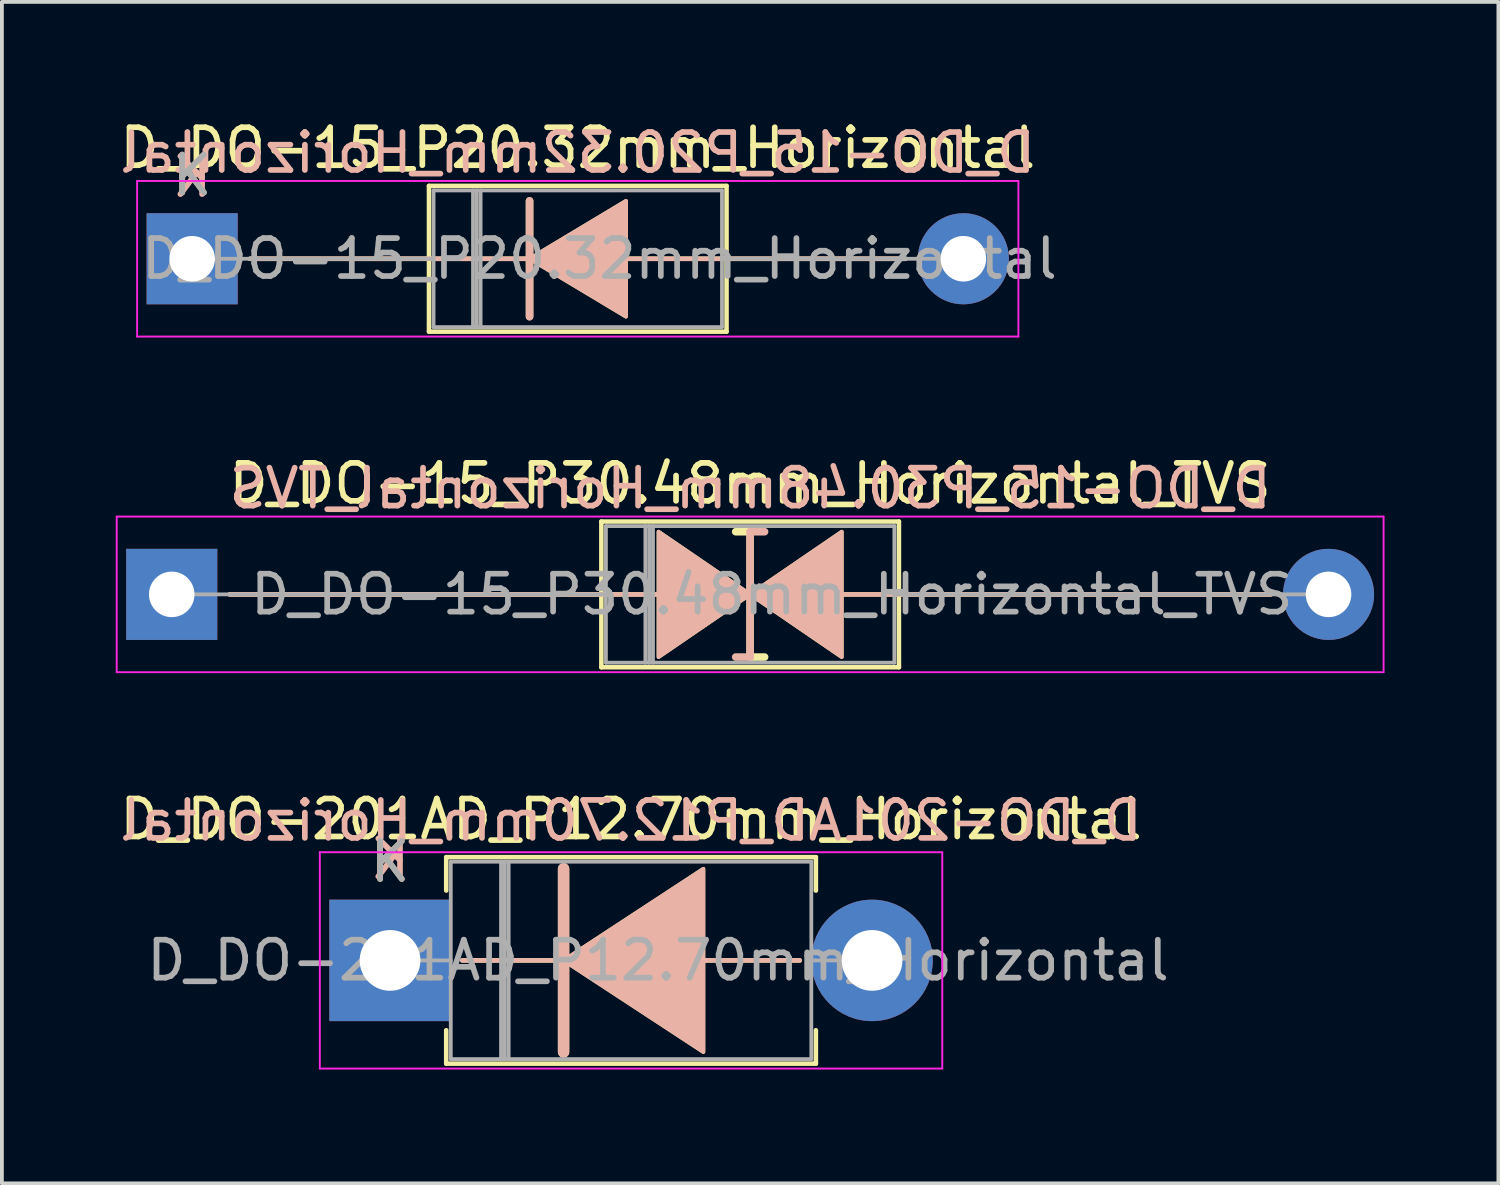
<source format=kicad_pcb>
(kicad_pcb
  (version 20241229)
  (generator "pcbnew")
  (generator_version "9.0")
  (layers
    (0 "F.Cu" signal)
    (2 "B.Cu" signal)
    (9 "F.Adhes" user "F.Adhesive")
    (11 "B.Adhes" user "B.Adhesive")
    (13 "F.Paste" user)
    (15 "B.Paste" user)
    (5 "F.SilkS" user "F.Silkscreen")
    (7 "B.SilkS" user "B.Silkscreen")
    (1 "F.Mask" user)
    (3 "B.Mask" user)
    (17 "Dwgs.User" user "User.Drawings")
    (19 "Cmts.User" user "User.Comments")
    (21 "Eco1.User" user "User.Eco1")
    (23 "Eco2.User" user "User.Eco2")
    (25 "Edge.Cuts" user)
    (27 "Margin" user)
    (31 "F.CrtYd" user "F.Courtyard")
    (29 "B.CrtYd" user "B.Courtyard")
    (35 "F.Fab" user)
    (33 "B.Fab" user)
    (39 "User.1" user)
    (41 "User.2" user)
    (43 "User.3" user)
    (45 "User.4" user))
  (footprint "D_DO-201AD_P12.70mm_Horizontal"
    (layer "F.Cu")
    (at 7.227 22.255)
    (property "Reference" "D_DO-201AD_P12.70mm_Horizontal" (at 6.35 -3.72 0) (layer "F.SilkS") (effects (font (size 1 1) (thickness 0.15))))
    (fp_line (start 1.48 -2.72) (end 11.22 -2.72) (stroke (width 0.12) (type solid)) (layer "F.SilkS"))
    (fp_line (start 1.48 -1.84) (end 1.48 -2.72) (stroke (width 0.12) (type solid)) (layer "F.SilkS"))
    (fp_line (start 1.48 1.84) (end 1.48 2.72) (stroke (width 0.12) (type solid)) (layer "F.SilkS"))
    (fp_line (start 1.48 2.72) (end 11.22 2.72) (stroke (width 0.12) (type solid)) (layer "F.SilkS"))
    (fp_line (start 4.445 0) (end 1.905 0) (stroke (width 0.12) (type solid)) (layer "F.SilkS"))
    (fp_line (start 4.572 -2.413) (end 4.572 2.413) (stroke (width 0.3) (type solid)) (layer "F.SilkS"))
    (fp_line (start 8.255 0) (end 10.795 0) (stroke (width 0.12) (type solid)) (layer "F.SilkS"))
    (fp_line (start 11.22 -2.72) (end 11.22 -1.84) (stroke (width 0.12) (type solid)) (layer "F.SilkS"))
    (fp_line (start 11.22 2.72) (end 11.22 1.84) (stroke (width 0.12) (type solid)) (layer "F.SilkS"))
    (fp_poly (pts (xy 8.255 2.413) (xy 4.572 0) (xy 8.255 -2.413)) (stroke (width 0.1) (type solid)) (fill yes) (layer "F.SilkS"))
    (fp_line (start 4.445 0) (end 1.905 0) (stroke (width 0.12) (type solid)) (layer "B.SilkS"))
    (fp_line (start 4.572 2.413) (end 4.572 -2.413) (stroke (width 0.3) (type solid)) (layer "B.SilkS"))
    (fp_line (start 8.255 0) (end 10.795 0) (stroke (width 0.12) (type solid)) (layer "B.SilkS"))
    (fp_poly (pts (xy 8.255 -2.413) (xy 4.572 0) (xy 8.255 2.413)) (stroke (width 0.1) (type solid)) (fill yes) (layer "B.SilkS"))
    (fp_line (start -1.85 -2.85) (end -1.85 2.85) (stroke (width 0.05) (type solid)) (layer "F.CrtYd"))
    (fp_line (start -1.85 2.85) (end 14.55 2.85) (stroke (width 0.05) (type solid)) (layer "F.CrtYd"))
    (fp_line (start 14.55 -2.85) (end -1.85 -2.85) (stroke (width 0.05) (type solid)) (layer "F.CrtYd"))
    (fp_line (start 14.55 2.85) (end 14.55 -2.85) (stroke (width 0.05) (type solid)) (layer "F.CrtYd"))
    (fp_line (start 0 0) (end 1.6 0) (stroke (width 0.1) (type solid)) (layer "F.Fab"))
    (fp_line (start 1.6 -2.6) (end 1.6 2.6) (stroke (width 0.1) (type solid)) (layer "F.Fab"))
    (fp_line (start 1.6 2.6) (end 11.1 2.6) (stroke (width 0.1) (type solid)) (layer "F.Fab"))
    (fp_line (start 2.925 -2.6) (end 2.925 2.6) (stroke (width 0.1) (type solid)) (layer "F.Fab"))
    (fp_line (start 3.025 -2.6) (end 3.025 2.6) (stroke (width 0.1) (type solid)) (layer "F.Fab"))
    (fp_line (start 3.125 -2.6) (end 3.125 2.6) (stroke (width 0.1) (type solid)) (layer "F.Fab"))
    (fp_line (start 11.1 -2.6) (end 1.6 -2.6) (stroke (width 0.1) (type solid)) (layer "F.Fab"))
    (fp_line (start 11.1 2.6) (end 11.1 -2.6) (stroke (width 0.1) (type solid)) (layer "F.Fab"))
    (fp_line (start 12.7 0) (end 11.1 0) (stroke (width 0.1) (type solid)) (layer "F.Fab"))
    (fp_text user "K" (at 0 -2.6 0) (layer "F.SilkS") (effects (font (size 1 1) (thickness 0.15))))
    (fp_text user "${REFERENCE}" (at 6.35 -3.683 0) (layer "B.SilkS") (effects (font (size 1 1) (thickness 0.15)) (justify mirror)))
    (fp_text user "K" (at 0 -2.667 0) (layer "B.SilkS") (effects (font (size 1 1) (thickness 0.15)) (justify mirror)))
    (fp_text user "${REFERENCE}" (at 7.062 0 0) (layer "F.Fab") (effects (font (size 1 1) (thickness 0.15))))
    (fp_text user "K" (at 0 -2.6 0) (layer "F.Fab") (effects (font (size 1 1) (thickness 0.15))))
    (pad "1" thru_hole rect (at 0 0) (size 3.2 3.2) (drill 1.6) (layers "*.Cu" "*.Mask"))
    (pad "2" thru_hole oval (at 12.7 0) (size 3.2 3.2) (drill 1.6) (layers "*.Cu" "*.Mask")))
  (footprint "D_DO-15_P20.32mm_Horizontal"
    (layer "F.Cu")
    (at 2.013 3.768)
    (property "Reference" "D_DO-15_P20.32mm_Horizontal" (at 10.16 -2.92 0) (layer "F.SilkS") (effects (font (size 1 1) (thickness 0.15))))
    (fp_line (start 1.524 0) (end 6.24 0) (stroke (width 0.12) (type solid)) (layer "F.SilkS"))
    (fp_line (start 6.24 -1.92) (end 6.24 1.92) (stroke (width 0.12) (type solid)) (layer "F.SilkS"))
    (fp_line (start 6.24 1.92) (end 14.08 1.92) (stroke (width 0.12) (type solid)) (layer "F.SilkS"))
    (fp_line (start 8.89 -1.524) (end 8.89 1.524) (stroke (width 0.2) (type solid)) (layer "F.SilkS"))
    (fp_line (start 8.89 0) (end 6.24 0) (stroke (width 0.12) (type solid)) (layer "F.SilkS"))
    (fp_line (start 14.08 -1.92) (end 6.24 -1.92) (stroke (width 0.12) (type solid)) (layer "F.SilkS"))
    (fp_line (start 14.08 0) (end 11.43 0) (stroke (width 0.12) (type solid)) (layer "F.SilkS"))
    (fp_line (start 14.08 1.92) (end 14.08 -1.92) (stroke (width 0.12) (type solid)) (layer "F.SilkS"))
    (fp_line (start 18.796 0) (end 14.08 0) (stroke (width 0.12) (type solid)) (layer "F.SilkS"))
    (fp_poly (pts (xy 11.43 1.524) (xy 8.89 0) (xy 11.43 -1.524)) (stroke (width 0.1) (type solid)) (fill yes) (layer "F.SilkS"))
    (fp_line (start 1.524 0) (end 6.24 0) (stroke (width 0.12) (type solid)) (layer "B.SilkS"))
    (fp_line (start 8.89 0) (end 6.24 0) (stroke (width 0.12) (type solid)) (layer "B.SilkS"))
    (fp_line (start 8.89 1.524) (end 8.89 -1.524) (stroke (width 0.2) (type solid)) (layer "B.SilkS"))
    (fp_line (start 14.08 0) (end 11.43 0) (stroke (width 0.12) (type solid)) (layer "B.SilkS"))
    (fp_line (start 18.796 0) (end 14.08 0) (stroke (width 0.12) (type solid)) (layer "B.SilkS"))
    (fp_poly (pts (xy 11.43 -1.524) (xy 8.89 0) (xy 11.43 1.524)) (stroke (width 0.1) (type solid)) (fill yes) (layer "B.SilkS"))
    (fp_line (start -1.45 -2.05) (end -1.45 2.05) (stroke (width 0.05) (type solid)) (layer "F.CrtYd"))
    (fp_line (start -1.45 2.05) (end 21.77 2.05) (stroke (width 0.05) (type solid)) (layer "F.CrtYd"))
    (fp_line (start 21.77 -2.05) (end -1.45 -2.05) (stroke (width 0.05) (type solid)) (layer "F.CrtYd"))
    (fp_line (start 21.77 2.05) (end 21.77 -2.05) (stroke (width 0.05) (type solid)) (layer "F.CrtYd"))
    (fp_line (start 0 0) (end 6.36 0) (stroke (width 0.1) (type solid)) (layer "F.Fab"))
    (fp_line (start 6.36 -1.8) (end 6.36 1.8) (stroke (width 0.1) (type solid)) (layer "F.Fab"))
    (fp_line (start 6.36 1.8) (end 13.96 1.8) (stroke (width 0.1) (type solid)) (layer "F.Fab"))
    (fp_line (start 7.4 -1.8) (end 7.4 1.8) (stroke (width 0.1) (type solid)) (layer "F.Fab"))
    (fp_line (start 7.5 -1.8) (end 7.5 1.8) (stroke (width 0.1) (type solid)) (layer "F.Fab"))
    (fp_line (start 7.6 -1.8) (end 7.6 1.8) (stroke (width 0.1) (type solid)) (layer "F.Fab"))
    (fp_line (start 13.96 -1.8) (end 6.36 -1.8) (stroke (width 0.1) (type solid)) (layer "F.Fab"))
    (fp_line (start 13.96 1.8) (end 13.96 -1.8) (stroke (width 0.1) (type solid)) (layer "F.Fab"))
    (fp_line (start 20.32 0) (end 13.96 0) (stroke (width 0.1) (type solid)) (layer "F.Fab"))
    (fp_text user "K" (at 0 -2.2 0) (layer "F.SilkS") (effects (font (size 1 1) (thickness 0.15))))
    (fp_text user "K" (at 0 -2.159 0) (layer "B.SilkS") (effects (font (size 1 1) (thickness 0.15)) (justify mirror)))
    (fp_text user "${REFERENCE}" (at 10.16 -2.794 0) (layer "B.SilkS") (effects (font (size 1 1) (thickness 0.15)) (justify mirror)))
    (fp_text user "K" (at 0 -2.2 0) (layer "F.Fab") (effects (font (size 1 1) (thickness 0.15))))
    (fp_text user "${REFERENCE}" (at 10.73 0 0) (layer "F.Fab") (effects (font (size 1 1) (thickness 0.15))))
    (pad "1" thru_hole rect (at 0 0) (size 2.4 2.4) (drill 1.2) (layers "*.Cu" "*.Mask"))
    (pad "2" thru_hole oval (at 20.32 0) (size 2.4 2.4) (drill 1.2) (layers "*.Cu" "*.Mask")))
  (footprint "D_DO-15_P30.48mm_Horizontal_TVS"
    (layer "F.Cu")
    (at 1.475 12.611)
    (property "Reference" "D_DO-15_P30.48mm_Horizontal_TVS" (at 15.24 -2.92 0) (layer "F.SilkS") (effects (font (size 1 1) (thickness 0.15))))
    (fp_line (start 1.524 0) (end 11.32 0) (stroke (width 0.12) (type solid)) (layer "F.SilkS"))
    (fp_line (start 11.32 -1.92) (end 11.32 1.92) (stroke (width 0.12) (type solid)) (layer "F.SilkS"))
    (fp_line (start 11.32 0) (end 12.827 0) (stroke (width 0.12) (type solid)) (layer "F.SilkS"))
    (fp_line (start 11.32 1.92) (end 19.16 1.92) (stroke (width 0.12) (type solid)) (layer "F.SilkS"))
    (fp_line (start 15.24 -1.651) (end 14.859 -1.651) (stroke (width 0.2) (type solid)) (layer "F.SilkS"))
    (fp_line (start 15.24 1.651) (end 15.24 -1.651) (stroke (width 0.2) (type solid)) (layer "F.SilkS"))
    (fp_line (start 15.621 1.651) (end 15.24 1.651) (stroke (width 0.2) (type solid)) (layer "F.SilkS"))
    (fp_line (start 19.16 -1.92) (end 11.32 -1.92) (stroke (width 0.12) (type solid)) (layer "F.SilkS"))
    (fp_line (start 19.16 1.92) (end 19.16 -1.92) (stroke (width 0.12) (type solid)) (layer "F.SilkS"))
    (fp_line (start 19.177 0) (end 17.653 0) (stroke (width 0.12) (type solid)) (layer "F.SilkS"))
    (fp_line (start 28.956 0) (end 19.16 0) (stroke (width 0.12) (type solid)) (layer "F.SilkS"))
    (fp_poly (pts (xy 15.24 0) (xy 12.827 1.651) (xy 12.827 -1.651)) (stroke (width 0.1) (type solid)) (fill yes) (layer "F.SilkS"))
    (fp_poly (pts (xy 15.24 0) (xy 17.653 -1.651) (xy 17.653 1.651)) (stroke (width 0.1) (type solid)) (fill yes) (layer "F.SilkS"))
    (fp_line (start 1.524 0) (end 11.32 0) (stroke (width 0.12) (type solid)) (layer "B.SilkS"))
    (fp_line (start 11.32 0) (end 12.827 0) (stroke (width 0.12) (type solid)) (layer "B.SilkS"))
    (fp_line (start 15.24 -1.651) (end 15.24 1.651) (stroke (width 0.2) (type solid)) (layer "B.SilkS"))
    (fp_line (start 15.24 1.651) (end 14.859 1.651) (stroke (width 0.2) (type solid)) (layer "B.SilkS"))
    (fp_line (start 15.621 -1.651) (end 15.24 -1.651) (stroke (width 0.2) (type solid)) (layer "B.SilkS"))
    (fp_line (start 19.177 0) (end 17.653 0) (stroke (width 0.12) (type solid)) (layer "B.SilkS"))
    (fp_line (start 28.956 0) (end 19.16 0) (stroke (width 0.12) (type solid)) (layer "B.SilkS"))
    (fp_poly (pts (xy 15.24 0) (xy 12.827 -1.651) (xy 12.827 1.651)) (stroke (width 0.1) (type solid)) (fill yes) (layer "B.SilkS"))
    (fp_poly (pts (xy 15.24 0) (xy 17.653 1.651) (xy 17.653 -1.651)) (stroke (width 0.1) (type solid)) (fill yes) (layer "B.SilkS"))
    (fp_line (start -1.45 -2.05) (end -1.45 2.05) (stroke (width 0.05) (type solid)) (layer "F.CrtYd"))
    (fp_line (start -1.45 2.05) (end 31.93 2.05) (stroke (width 0.05) (type solid)) (layer "F.CrtYd"))
    (fp_line (start 31.93 -2.05) (end -1.45 -2.05) (stroke (width 0.05) (type solid)) (layer "F.CrtYd"))
    (fp_line (start 31.93 2.05) (end 31.93 -2.05) (stroke (width 0.05) (type solid)) (layer "F.CrtYd"))
    (fp_line (start 0 0) (end 11.44 0) (stroke (width 0.1) (type solid)) (layer "F.Fab"))
    (fp_line (start 11.44 -1.8) (end 11.44 1.8) (stroke (width 0.1) (type solid)) (layer "F.Fab"))
    (fp_line (start 11.44 1.8) (end 19.04 1.8) (stroke (width 0.1) (type solid)) (layer "F.Fab"))
    (fp_line (start 12.48 -1.8) (end 12.48 1.8) (stroke (width 0.1) (type solid)) (layer "F.Fab"))
    (fp_line (start 12.58 -1.8) (end 12.58 1.8) (stroke (width 0.1) (type solid)) (layer "F.Fab"))
    (fp_line (start 12.68 -1.8) (end 12.68 1.8) (stroke (width 0.1) (type solid)) (layer "F.Fab"))
    (fp_line (start 19.04 -1.8) (end 11.44 -1.8) (stroke (width 0.1) (type solid)) (layer "F.Fab"))
    (fp_line (start 19.04 1.8) (end 19.04 -1.8) (stroke (width 0.1) (type solid)) (layer "F.Fab"))
    (fp_line (start 30.48 0) (end 19.04 0) (stroke (width 0.1) (type solid)) (layer "F.Fab"))
    (fp_text user "${REFERENCE}" (at 15.24 -2.794 0) (layer "B.SilkS") (effects (font (size 1 1) (thickness 0.15)) (justify mirror)))
    (fp_text user "${REFERENCE}" (at 15.81 0 0) (layer "F.Fab") (effects (font (size 1 1) (thickness 0.15))))
    (pad "1" thru_hole rect (at 0 0) (size 2.4 2.4) (drill 1.2) (layers "*.Cu" "*.Mask"))
    (pad "2" thru_hole oval (at 30.48 0) (size 2.4 2.4) (drill 1.2) (layers "*.Cu" "*.Mask")))
  (gr_rect
    (start -3 -3)
    (end 36.43 28.13)
    (stroke (width 0.1) (type default))
    (fill no)
    (layer "Edge.Cuts")))
</source>
